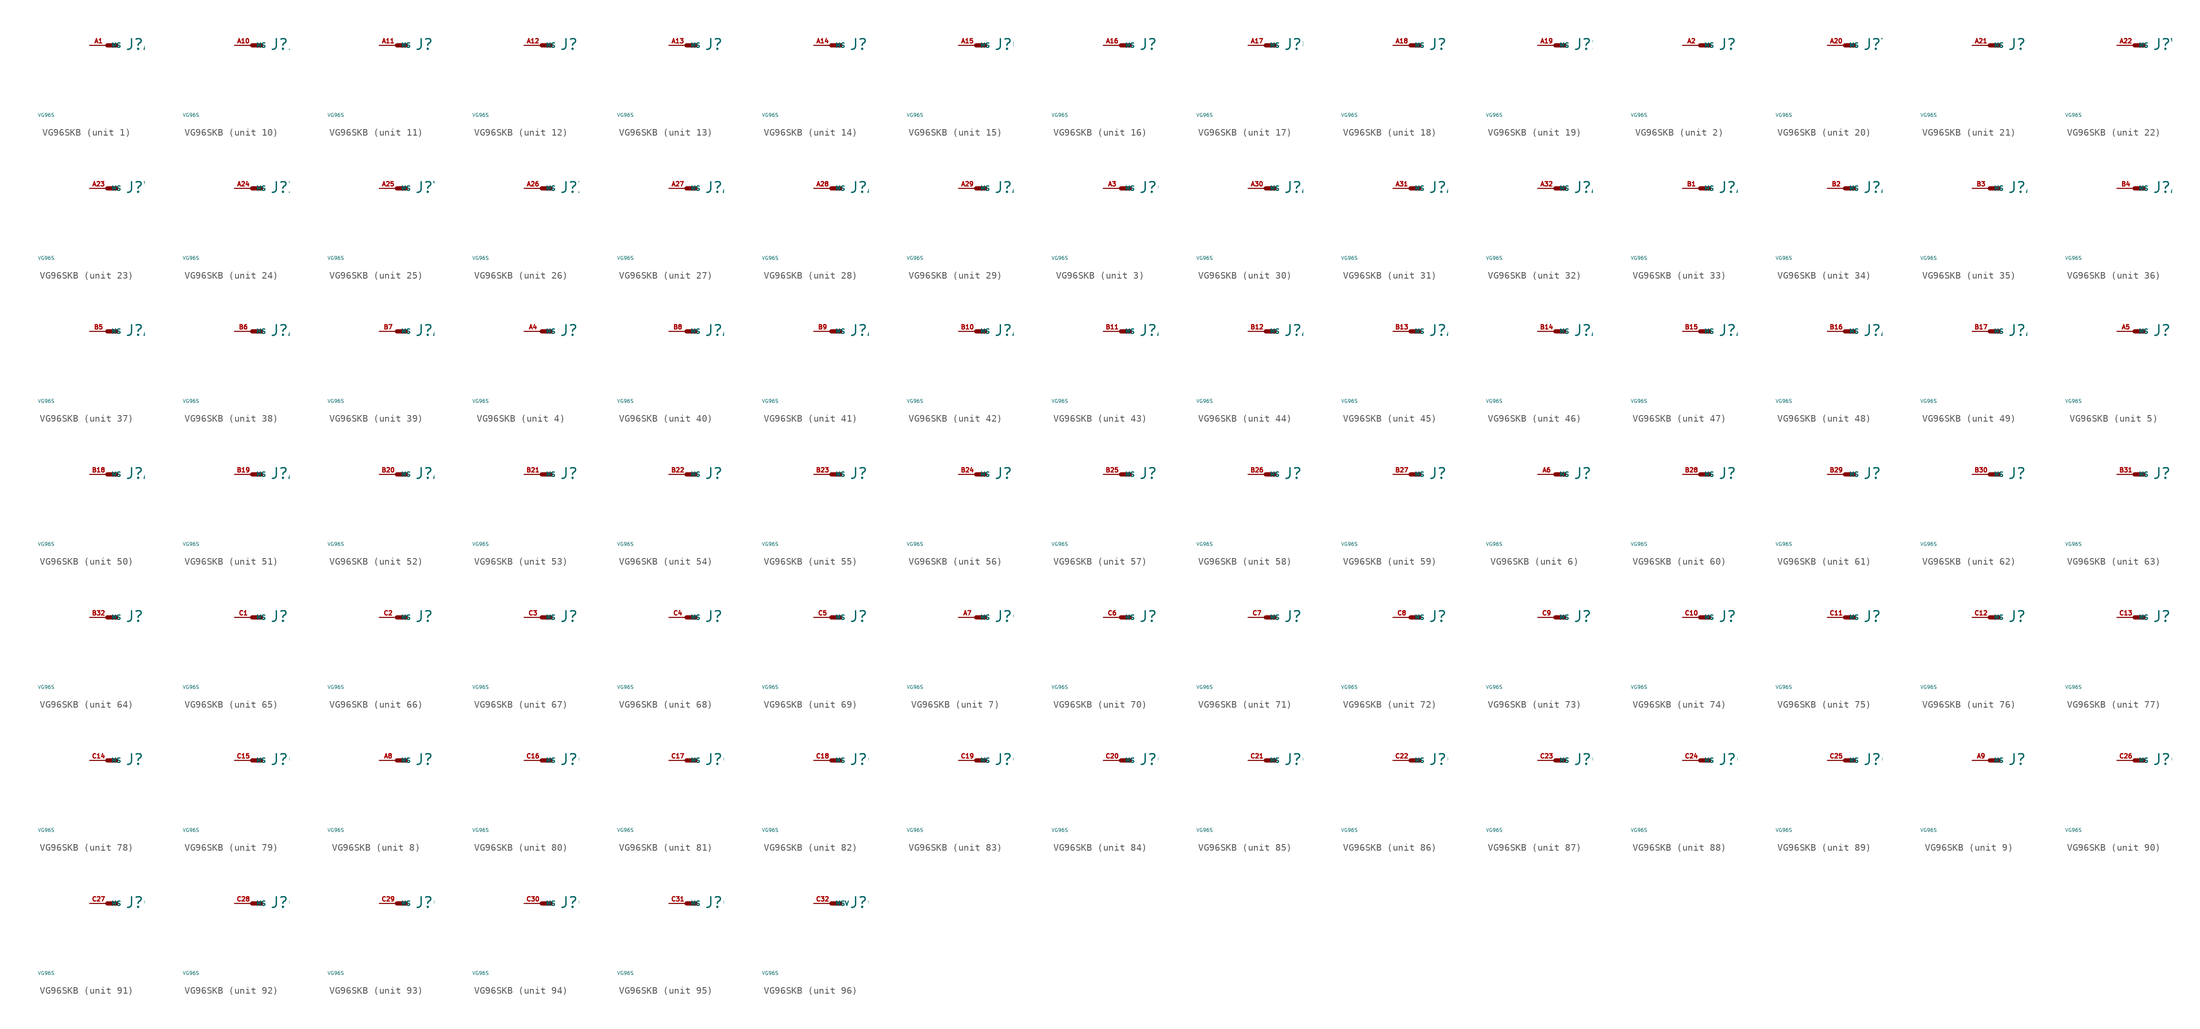
<source format=kicad_sym>
(kicad_symbol_lib
  (version 20220914)
  (generator Eagle2Kicad)
  (symbol "VG96SKB"
    (property "Reference" "J"
      (at 2.54 -0.762 0)
      (effects (font (size 1.524 1.524) (thickness 0.19)) (justify left bottom)))
    (property "Value" "VG96S"
      (at -10 -10 0)
      (effects (font (size 0.5 0.5) (thickness 0.06)) (justify left)))
    (symbol "VG96SKB_1_0"
      (polyline (pts (xy 0 0) (xy 1.27 0)) (stroke (width 0.61) (type default)) (fill (type none)))
      (pin passive line (at -2.54 0 0) (length 2.54) (name "MS" (effects (font (size 0.635 0.635) (thickness 0.08)) (justify left bottom))) (number "A1" (effects (font (size 0.635 0.635) (thickness 0.08)) (justify left bottom)))))
    (symbol "VG96SKB_2_0"
      (polyline (pts (xy 0 0) (xy 1.27 0)) (stroke (width 0.61) (type default)) (fill (type none)))
      (pin passive line (at -2.54 0 0) (length 2.54) (name "MS" (effects (font (size 0.635 0.635) (thickness 0.08)) (justify left bottom))) (number "A2" (effects (font (size 0.635 0.635) (thickness 0.08)) (justify left bottom)))))
    (symbol "VG96SKB_3_0"
      (polyline (pts (xy 0 0) (xy 1.27 0)) (stroke (width 0.61) (type default)) (fill (type none)))
      (pin passive line (at -2.54 0 0) (length 2.54) (name "MS" (effects (font (size 0.635 0.635) (thickness 0.08)) (justify left bottom))) (number "A3" (effects (font (size 0.635 0.635) (thickness 0.08)) (justify left bottom)))))
    (symbol "VG96SKB_4_0"
      (polyline (pts (xy 0 0) (xy 1.27 0)) (stroke (width 0.61) (type default)) (fill (type none)))
      (pin passive line (at -2.54 0 0) (length 2.54) (name "MS" (effects (font (size 0.635 0.635) (thickness 0.08)) (justify left bottom))) (number "A4" (effects (font (size 0.635 0.635) (thickness 0.08)) (justify left bottom)))))
    (symbol "VG96SKB_5_0"
      (polyline (pts (xy 0 0) (xy 1.27 0)) (stroke (width 0.61) (type default)) (fill (type none)))
      (pin passive line (at -2.54 0 0) (length 2.54) (name "MS" (effects (font (size 0.635 0.635) (thickness 0.08)) (justify left bottom))) (number "A5" (effects (font (size 0.635 0.635) (thickness 0.08)) (justify left bottom)))))
    (symbol "VG96SKB_6_0"
      (polyline (pts (xy 0 0) (xy 1.27 0)) (stroke (width 0.61) (type default)) (fill (type none)))
      (pin passive line (at -2.54 0 0) (length 2.54) (name "MS" (effects (font (size 0.635 0.635) (thickness 0.08)) (justify left bottom))) (number "A6" (effects (font (size 0.635 0.635) (thickness 0.08)) (justify left bottom)))))
    (symbol "VG96SKB_7_0"
      (polyline (pts (xy 0 0) (xy 1.27 0)) (stroke (width 0.61) (type default)) (fill (type none)))
      (pin passive line (at -2.54 0 0) (length 2.54) (name "MS" (effects (font (size 0.635 0.635) (thickness 0.08)) (justify left bottom))) (number "A7" (effects (font (size 0.635 0.635) (thickness 0.08)) (justify left bottom)))))
    (symbol "VG96SKB_8_0"
      (polyline (pts (xy 0 0) (xy 1.27 0)) (stroke (width 0.61) (type default)) (fill (type none)))
      (pin passive line (at -2.54 0 0) (length 2.54) (name "MS" (effects (font (size 0.635 0.635) (thickness 0.08)) (justify left bottom))) (number "A8" (effects (font (size 0.635 0.635) (thickness 0.08)) (justify left bottom)))))
    (symbol "VG96SKB_9_0"
      (polyline (pts (xy 0 0) (xy 1.27 0)) (stroke (width 0.61) (type default)) (fill (type none)))
      (pin passive line (at -2.54 0 0) (length 2.54) (name "MS" (effects (font (size 0.635 0.635) (thickness 0.08)) (justify left bottom))) (number "A9" (effects (font (size 0.635 0.635) (thickness 0.08)) (justify left bottom)))))
    (symbol "VG96SKB_10_0"
      (polyline (pts (xy 0 0) (xy 1.27 0)) (stroke (width 0.61) (type default)) (fill (type none)))
      (pin passive line (at -2.54 0 0) (length 2.54) (name "MS" (effects (font (size 0.635 0.635) (thickness 0.08)) (justify left bottom))) (number "A10" (effects (font (size 0.635 0.635) (thickness 0.08)) (justify left bottom)))))
    (symbol "VG96SKB_11_0"
      (polyline (pts (xy 0 0) (xy 1.27 0)) (stroke (width 0.61) (type default)) (fill (type none)))
      (pin passive line (at -2.54 0 0) (length 2.54) (name "MS" (effects (font (size 0.635 0.635) (thickness 0.08)) (justify left bottom))) (number "A11" (effects (font (size 0.635 0.635) (thickness 0.08)) (justify left bottom)))))
    (symbol "VG96SKB_12_0"
      (polyline (pts (xy 0 0) (xy 1.27 0)) (stroke (width 0.61) (type default)) (fill (type none)))
      (pin passive line (at -2.54 0 0) (length 2.54) (name "MS" (effects (font (size 0.635 0.635) (thickness 0.08)) (justify left bottom))) (number "A12" (effects (font (size 0.635 0.635) (thickness 0.08)) (justify left bottom)))))
    (symbol "VG96SKB_13_0"
      (polyline (pts (xy 0 0) (xy 1.27 0)) (stroke (width 0.61) (type default)) (fill (type none)))
      (pin passive line (at -2.54 0 0) (length 2.54) (name "MS" (effects (font (size 0.635 0.635) (thickness 0.08)) (justify left bottom))) (number "A13" (effects (font (size 0.635 0.635) (thickness 0.08)) (justify left bottom)))))
    (symbol "VG96SKB_14_0"
      (polyline (pts (xy 0 0) (xy 1.27 0)) (stroke (width 0.61) (type default)) (fill (type none)))
      (pin passive line (at -2.54 0 0) (length 2.54) (name "MS" (effects (font (size 0.635 0.635) (thickness 0.08)) (justify left bottom))) (number "A14" (effects (font (size 0.635 0.635) (thickness 0.08)) (justify left bottom)))))
    (symbol "VG96SKB_15_0"
      (polyline (pts (xy 0 0) (xy 1.27 0)) (stroke (width 0.61) (type default)) (fill (type none)))
      (pin passive line (at -2.54 0 0) (length 2.54) (name "MS" (effects (font (size 0.635 0.635) (thickness 0.08)) (justify left bottom))) (number "A15" (effects (font (size 0.635 0.635) (thickness 0.08)) (justify left bottom)))))
    (symbol "VG96SKB_16_0"
      (polyline (pts (xy 0 0) (xy 1.27 0)) (stroke (width 0.61) (type default)) (fill (type none)))
      (pin passive line (at -2.54 0 0) (length 2.54) (name "MS" (effects (font (size 0.635 0.635) (thickness 0.08)) (justify left bottom))) (number "A16" (effects (font (size 0.635 0.635) (thickness 0.08)) (justify left bottom)))))
    (symbol "VG96SKB_17_0"
      (polyline (pts (xy 0 0) (xy 1.27 0)) (stroke (width 0.61) (type default)) (fill (type none)))
      (pin passive line (at -2.54 0 0) (length 2.54) (name "MS" (effects (font (size 0.635 0.635) (thickness 0.08)) (justify left bottom))) (number "A17" (effects (font (size 0.635 0.635) (thickness 0.08)) (justify left bottom)))))
    (symbol "VG96SKB_18_0"
      (polyline (pts (xy 0 0) (xy 1.27 0)) (stroke (width 0.61) (type default)) (fill (type none)))
      (pin passive line (at -2.54 0 0) (length 2.54) (name "MS" (effects (font (size 0.635 0.635) (thickness 0.08)) (justify left bottom))) (number "A18" (effects (font (size 0.635 0.635) (thickness 0.08)) (justify left bottom)))))
    (symbol "VG96SKB_19_0"
      (polyline (pts (xy 0 0) (xy 1.27 0)) (stroke (width 0.61) (type default)) (fill (type none)))
      (pin passive line (at -2.54 0 0) (length 2.54) (name "MS" (effects (font (size 0.635 0.635) (thickness 0.08)) (justify left bottom))) (number "A19" (effects (font (size 0.635 0.635) (thickness 0.08)) (justify left bottom)))))
    (symbol "VG96SKB_20_0"
      (polyline (pts (xy 0 0) (xy 1.27 0)) (stroke (width 0.61) (type default)) (fill (type none)))
      (pin passive line (at -2.54 0 0) (length 2.54) (name "MS" (effects (font (size 0.635 0.635) (thickness 0.08)) (justify left bottom))) (number "A20" (effects (font (size 0.635 0.635) (thickness 0.08)) (justify left bottom)))))
    (symbol "VG96SKB_21_0"
      (polyline (pts (xy 0 0) (xy 1.27 0)) (stroke (width 0.61) (type default)) (fill (type none)))
      (pin passive line (at -2.54 0 0) (length 2.54) (name "MS" (effects (font (size 0.635 0.635) (thickness 0.08)) (justify left bottom))) (number "A21" (effects (font (size 0.635 0.635) (thickness 0.08)) (justify left bottom)))))
    (symbol "VG96SKB_22_0"
      (polyline (pts (xy 0 0) (xy 1.27 0)) (stroke (width 0.61) (type default)) (fill (type none)))
      (pin passive line (at -2.54 0 0) (length 2.54) (name "MS" (effects (font (size 0.635 0.635) (thickness 0.08)) (justify left bottom))) (number "A22" (effects (font (size 0.635 0.635) (thickness 0.08)) (justify left bottom)))))
    (symbol "VG96SKB_23_0"
      (polyline (pts (xy 0 0) (xy 1.27 0)) (stroke (width 0.61) (type default)) (fill (type none)))
      (pin passive line (at -2.54 0 0) (length 2.54) (name "MS" (effects (font (size 0.635 0.635) (thickness 0.08)) (justify left bottom))) (number "A23" (effects (font (size 0.635 0.635) (thickness 0.08)) (justify left bottom)))))
    (symbol "VG96SKB_24_0"
      (polyline (pts (xy 0 0) (xy 1.27 0)) (stroke (width 0.61) (type default)) (fill (type none)))
      (pin passive line (at -2.54 0 0) (length 2.54) (name "MS" (effects (font (size 0.635 0.635) (thickness 0.08)) (justify left bottom))) (number "A24" (effects (font (size 0.635 0.635) (thickness 0.08)) (justify left bottom)))))
    (symbol "VG96SKB_25_0"
      (polyline (pts (xy 0 0) (xy 1.27 0)) (stroke (width 0.61) (type default)) (fill (type none)))
      (pin passive line (at -2.54 0 0) (length 2.54) (name "MS" (effects (font (size 0.635 0.635) (thickness 0.08)) (justify left bottom))) (number "A25" (effects (font (size 0.635 0.635) (thickness 0.08)) (justify left bottom)))))
    (symbol "VG96SKB_26_0"
      (polyline (pts (xy 0 0) (xy 1.27 0)) (stroke (width 0.61) (type default)) (fill (type none)))
      (pin passive line (at -2.54 0 0) (length 2.54) (name "MS" (effects (font (size 0.635 0.635) (thickness 0.08)) (justify left bottom))) (number "A26" (effects (font (size 0.635 0.635) (thickness 0.08)) (justify left bottom)))))
    (symbol "VG96SKB_27_0"
      (polyline (pts (xy 0 0) (xy 1.27 0)) (stroke (width 0.61) (type default)) (fill (type none)))
      (pin passive line (at -2.54 0 0) (length 2.54) (name "MS" (effects (font (size 0.635 0.635) (thickness 0.08)) (justify left bottom))) (number "A27" (effects (font (size 0.635 0.635) (thickness 0.08)) (justify left bottom)))))
    (symbol "VG96SKB_28_0"
      (polyline (pts (xy 0 0) (xy 1.27 0)) (stroke (width 0.61) (type default)) (fill (type none)))
      (pin passive line (at -2.54 0 0) (length 2.54) (name "MS" (effects (font (size 0.635 0.635) (thickness 0.08)) (justify left bottom))) (number "A28" (effects (font (size 0.635 0.635) (thickness 0.08)) (justify left bottom)))))
    (symbol "VG96SKB_29_0"
      (polyline (pts (xy 0 0) (xy 1.27 0)) (stroke (width 0.61) (type default)) (fill (type none)))
      (pin passive line (at -2.54 0 0) (length 2.54) (name "MS" (effects (font (size 0.635 0.635) (thickness 0.08)) (justify left bottom))) (number "A29" (effects (font (size 0.635 0.635) (thickness 0.08)) (justify left bottom)))))
    (symbol "VG96SKB_30_0"
      (polyline (pts (xy 0 0) (xy 1.27 0)) (stroke (width 0.61) (type default)) (fill (type none)))
      (pin passive line (at -2.54 0 0) (length 2.54) (name "MS" (effects (font (size 0.635 0.635) (thickness 0.08)) (justify left bottom))) (number "A30" (effects (font (size 0.635 0.635) (thickness 0.08)) (justify left bottom)))))
    (symbol "VG96SKB_31_0"
      (polyline (pts (xy 0 0) (xy 1.27 0)) (stroke (width 0.61) (type default)) (fill (type none)))
      (pin passive line (at -2.54 0 0) (length 2.54) (name "MS" (effects (font (size 0.635 0.635) (thickness 0.08)) (justify left bottom))) (number "A31" (effects (font (size 0.635 0.635) (thickness 0.08)) (justify left bottom)))))
    (symbol "VG96SKB_32_0"
      (polyline (pts (xy 0 0) (xy 1.27 0)) (stroke (width 0.61) (type default)) (fill (type none)))
      (pin passive line (at -2.54 0 0) (length 2.54) (name "MS" (effects (font (size 0.635 0.635) (thickness 0.08)) (justify left bottom))) (number "A32" (effects (font (size 0.635 0.635) (thickness 0.08)) (justify left bottom)))))
    (symbol "VG96SKB_33_0"
      (polyline (pts (xy 0 0) (xy 1.27 0)) (stroke (width 0.61) (type default)) (fill (type none)))
      (pin passive line (at -2.54 0 0) (length 2.54) (name "MS" (effects (font (size 0.635 0.635) (thickness 0.08)) (justify left bottom))) (number "B1" (effects (font (size 0.635 0.635) (thickness 0.08)) (justify left bottom)))))
    (symbol "VG96SKB_34_0"
      (polyline (pts (xy 0 0) (xy 1.27 0)) (stroke (width 0.61) (type default)) (fill (type none)))
      (pin passive line (at -2.54 0 0) (length 2.54) (name "MS" (effects (font (size 0.635 0.635) (thickness 0.08)) (justify left bottom))) (number "B2" (effects (font (size 0.635 0.635) (thickness 0.08)) (justify left bottom)))))
    (symbol "VG96SKB_35_0"
      (polyline (pts (xy 0 0) (xy 1.27 0)) (stroke (width 0.61) (type default)) (fill (type none)))
      (pin passive line (at -2.54 0 0) (length 2.54) (name "MS" (effects (font (size 0.635 0.635) (thickness 0.08)) (justify left bottom))) (number "B3" (effects (font (size 0.635 0.635) (thickness 0.08)) (justify left bottom)))))
    (symbol "VG96SKB_36_0"
      (polyline (pts (xy 0 0) (xy 1.27 0)) (stroke (width 0.61) (type default)) (fill (type none)))
      (pin passive line (at -2.54 0 0) (length 2.54) (name "MS" (effects (font (size 0.635 0.635) (thickness 0.08)) (justify left bottom))) (number "B4" (effects (font (size 0.635 0.635) (thickness 0.08)) (justify left bottom)))))
    (symbol "VG96SKB_37_0"
      (polyline (pts (xy 0 0) (xy 1.27 0)) (stroke (width 0.61) (type default)) (fill (type none)))
      (pin passive line (at -2.54 0 0) (length 2.54) (name "MS" (effects (font (size 0.635 0.635) (thickness 0.08)) (justify left bottom))) (number "B5" (effects (font (size 0.635 0.635) (thickness 0.08)) (justify left bottom)))))
    (symbol "VG96SKB_38_0"
      (polyline (pts (xy 0 0) (xy 1.27 0)) (stroke (width 0.61) (type default)) (fill (type none)))
      (pin passive line (at -2.54 0 0) (length 2.54) (name "MS" (effects (font (size 0.635 0.635) (thickness 0.08)) (justify left bottom))) (number "B6" (effects (font (size 0.635 0.635) (thickness 0.08)) (justify left bottom)))))
    (symbol "VG96SKB_39_0"
      (polyline (pts (xy 0 0) (xy 1.27 0)) (stroke (width 0.61) (type default)) (fill (type none)))
      (pin passive line (at -2.54 0 0) (length 2.54) (name "MS" (effects (font (size 0.635 0.635) (thickness 0.08)) (justify left bottom))) (number "B7" (effects (font (size 0.635 0.635) (thickness 0.08)) (justify left bottom)))))
    (symbol "VG96SKB_40_0"
      (polyline (pts (xy 0 0) (xy 1.27 0)) (stroke (width 0.61) (type default)) (fill (type none)))
      (pin passive line (at -2.54 0 0) (length 2.54) (name "MS" (effects (font (size 0.635 0.635) (thickness 0.08)) (justify left bottom))) (number "B8" (effects (font (size 0.635 0.635) (thickness 0.08)) (justify left bottom)))))
    (symbol "VG96SKB_41_0"
      (polyline (pts (xy 0 0) (xy 1.27 0)) (stroke (width 0.61) (type default)) (fill (type none)))
      (pin passive line (at -2.54 0 0) (length 2.54) (name "MS" (effects (font (size 0.635 0.635) (thickness 0.08)) (justify left bottom))) (number "B9" (effects (font (size 0.635 0.635) (thickness 0.08)) (justify left bottom)))))
    (symbol "VG96SKB_42_0"
      (polyline (pts (xy 0 0) (xy 1.27 0)) (stroke (width 0.61) (type default)) (fill (type none)))
      (pin passive line (at -2.54 0 0) (length 2.54) (name "MS" (effects (font (size 0.635 0.635) (thickness 0.08)) (justify left bottom))) (number "B10" (effects (font (size 0.635 0.635) (thickness 0.08)) (justify left bottom)))))
    (symbol "VG96SKB_43_0"
      (polyline (pts (xy 0 0) (xy 1.27 0)) (stroke (width 0.61) (type default)) (fill (type none)))
      (pin passive line (at -2.54 0 0) (length 2.54) (name "MS" (effects (font (size 0.635 0.635) (thickness 0.08)) (justify left bottom))) (number "B11" (effects (font (size 0.635 0.635) (thickness 0.08)) (justify left bottom)))))
    (symbol "VG96SKB_44_0"
      (polyline (pts (xy 0 0) (xy 1.27 0)) (stroke (width 0.61) (type default)) (fill (type none)))
      (pin passive line (at -2.54 0 0) (length 2.54) (name "MS" (effects (font (size 0.635 0.635) (thickness 0.08)) (justify left bottom))) (number "B12" (effects (font (size 0.635 0.635) (thickness 0.08)) (justify left bottom)))))
    (symbol "VG96SKB_45_0"
      (polyline (pts (xy 0 0) (xy 1.27 0)) (stroke (width 0.61) (type default)) (fill (type none)))
      (pin passive line (at -2.54 0 0) (length 2.54) (name "MS" (effects (font (size 0.635 0.635) (thickness 0.08)) (justify left bottom))) (number "B13" (effects (font (size 0.635 0.635) (thickness 0.08)) (justify left bottom)))))
    (symbol "VG96SKB_46_0"
      (polyline (pts (xy 0 0) (xy 1.27 0)) (stroke (width 0.61) (type default)) (fill (type none)))
      (pin passive line (at -2.54 0 0) (length 2.54) (name "MS" (effects (font (size 0.635 0.635) (thickness 0.08)) (justify left bottom))) (number "B14" (effects (font (size 0.635 0.635) (thickness 0.08)) (justify left bottom)))))
    (symbol "VG96SKB_47_0"
      (polyline (pts (xy 0 0) (xy 1.27 0)) (stroke (width 0.61) (type default)) (fill (type none)))
      (pin passive line (at -2.54 0 0) (length 2.54) (name "MS" (effects (font (size 0.635 0.635) (thickness 0.08)) (justify left bottom))) (number "B15" (effects (font (size 0.635 0.635) (thickness 0.08)) (justify left bottom)))))
    (symbol "VG96SKB_48_0"
      (polyline (pts (xy 0 0) (xy 1.27 0)) (stroke (width 0.61) (type default)) (fill (type none)))
      (pin passive line (at -2.54 0 0) (length 2.54) (name "MS" (effects (font (size 0.635 0.635) (thickness 0.08)) (justify left bottom))) (number "B16" (effects (font (size 0.635 0.635) (thickness 0.08)) (justify left bottom)))))
    (symbol "VG96SKB_49_0"
      (polyline (pts (xy 0 0) (xy 1.27 0)) (stroke (width 0.61) (type default)) (fill (type none)))
      (pin passive line (at -2.54 0 0) (length 2.54) (name "MS" (effects (font (size 0.635 0.635) (thickness 0.08)) (justify left bottom))) (number "B17" (effects (font (size 0.635 0.635) (thickness 0.08)) (justify left bottom)))))
    (symbol "VG96SKB_50_0"
      (polyline (pts (xy 0 0) (xy 1.27 0)) (stroke (width 0.61) (type default)) (fill (type none)))
      (pin passive line (at -2.54 0 0) (length 2.54) (name "MS" (effects (font (size 0.635 0.635) (thickness 0.08)) (justify left bottom))) (number "B18" (effects (font (size 0.635 0.635) (thickness 0.08)) (justify left bottom)))))
    (symbol "VG96SKB_51_0"
      (polyline (pts (xy 0 0) (xy 1.27 0)) (stroke (width 0.61) (type default)) (fill (type none)))
      (pin passive line (at -2.54 0 0) (length 2.54) (name "MS" (effects (font (size 0.635 0.635) (thickness 0.08)) (justify left bottom))) (number "B19" (effects (font (size 0.635 0.635) (thickness 0.08)) (justify left bottom)))))
    (symbol "VG96SKB_52_0"
      (polyline (pts (xy 0 0) (xy 1.27 0)) (stroke (width 0.61) (type default)) (fill (type none)))
      (pin passive line (at -2.54 0 0) (length 2.54) (name "MS" (effects (font (size 0.635 0.635) (thickness 0.08)) (justify left bottom))) (number "B20" (effects (font (size 0.635 0.635) (thickness 0.08)) (justify left bottom)))))
    (symbol "VG96SKB_53_0"
      (polyline (pts (xy 0 0) (xy 1.27 0)) (stroke (width 0.61) (type default)) (fill (type none)))
      (pin passive line (at -2.54 0 0) (length 2.54) (name "MS" (effects (font (size 0.635 0.635) (thickness 0.08)) (justify left bottom))) (number "B21" (effects (font (size 0.635 0.635) (thickness 0.08)) (justify left bottom)))))
    (symbol "VG96SKB_54_0"
      (polyline (pts (xy 0 0) (xy 1.27 0)) (stroke (width 0.61) (type default)) (fill (type none)))
      (pin passive line (at -2.54 0 0) (length 2.54) (name "MS" (effects (font (size 0.635 0.635) (thickness 0.08)) (justify left bottom))) (number "B22" (effects (font (size 0.635 0.635) (thickness 0.08)) (justify left bottom)))))
    (symbol "VG96SKB_55_0"
      (polyline (pts (xy 0 0) (xy 1.27 0)) (stroke (width 0.61) (type default)) (fill (type none)))
      (pin passive line (at -2.54 0 0) (length 2.54) (name "MS" (effects (font (size 0.635 0.635) (thickness 0.08)) (justify left bottom))) (number "B23" (effects (font (size 0.635 0.635) (thickness 0.08)) (justify left bottom)))))
    (symbol "VG96SKB_56_0"
      (polyline (pts (xy 0 0) (xy 1.27 0)) (stroke (width 0.61) (type default)) (fill (type none)))
      (pin passive line (at -2.54 0 0) (length 2.54) (name "MS" (effects (font (size 0.635 0.635) (thickness 0.08)) (justify left bottom))) (number "B24" (effects (font (size 0.635 0.635) (thickness 0.08)) (justify left bottom)))))
    (symbol "VG96SKB_57_0"
      (polyline (pts (xy 0 0) (xy 1.27 0)) (stroke (width 0.61) (type default)) (fill (type none)))
      (pin passive line (at -2.54 0 0) (length 2.54) (name "MS" (effects (font (size 0.635 0.635) (thickness 0.08)) (justify left bottom))) (number "B25" (effects (font (size 0.635 0.635) (thickness 0.08)) (justify left bottom)))))
    (symbol "VG96SKB_58_0"
      (polyline (pts (xy 0 0) (xy 1.27 0)) (stroke (width 0.61) (type default)) (fill (type none)))
      (pin passive line (at -2.54 0 0) (length 2.54) (name "MS" (effects (font (size 0.635 0.635) (thickness 0.08)) (justify left bottom))) (number "B26" (effects (font (size 0.635 0.635) (thickness 0.08)) (justify left bottom)))))
    (symbol "VG96SKB_59_0"
      (polyline (pts (xy 0 0) (xy 1.27 0)) (stroke (width 0.61) (type default)) (fill (type none)))
      (pin passive line (at -2.54 0 0) (length 2.54) (name "MS" (effects (font (size 0.635 0.635) (thickness 0.08)) (justify left bottom))) (number "B27" (effects (font (size 0.635 0.635) (thickness 0.08)) (justify left bottom)))))
    (symbol "VG96SKB_60_0"
      (polyline (pts (xy 0 0) (xy 1.27 0)) (stroke (width 0.61) (type default)) (fill (type none)))
      (pin passive line (at -2.54 0 0) (length 2.54) (name "MS" (effects (font (size 0.635 0.635) (thickness 0.08)) (justify left bottom))) (number "B28" (effects (font (size 0.635 0.635) (thickness 0.08)) (justify left bottom)))))
    (symbol "VG96SKB_61_0"
      (polyline (pts (xy 0 0) (xy 1.27 0)) (stroke (width 0.61) (type default)) (fill (type none)))
      (pin passive line (at -2.54 0 0) (length 2.54) (name "MS" (effects (font (size 0.635 0.635) (thickness 0.08)) (justify left bottom))) (number "B29" (effects (font (size 0.635 0.635) (thickness 0.08)) (justify left bottom)))))
    (symbol "VG96SKB_62_0"
      (polyline (pts (xy 0 0) (xy 1.27 0)) (stroke (width 0.61) (type default)) (fill (type none)))
      (pin passive line (at -2.54 0 0) (length 2.54) (name "MS" (effects (font (size 0.635 0.635) (thickness 0.08)) (justify left bottom))) (number "B30" (effects (font (size 0.635 0.635) (thickness 0.08)) (justify left bottom)))))
    (symbol "VG96SKB_63_0"
      (polyline (pts (xy 0 0) (xy 1.27 0)) (stroke (width 0.61) (type default)) (fill (type none)))
      (pin passive line (at -2.54 0 0) (length 2.54) (name "MS" (effects (font (size 0.635 0.635) (thickness 0.08)) (justify left bottom))) (number "B31" (effects (font (size 0.635 0.635) (thickness 0.08)) (justify left bottom)))))
    (symbol "VG96SKB_64_0"
      (polyline (pts (xy 0 0) (xy 1.27 0)) (stroke (width 0.61) (type default)) (fill (type none)))
      (pin passive line (at -2.54 0 0) (length 2.54) (name "MS" (effects (font (size 0.635 0.635) (thickness 0.08)) (justify left bottom))) (number "B32" (effects (font (size 0.635 0.635) (thickness 0.08)) (justify left bottom)))))
    (symbol "VG96SKB_65_0"
      (polyline (pts (xy 0 0) (xy 1.27 0)) (stroke (width 0.61) (type default)) (fill (type none)))
      (pin passive line (at -2.54 0 0) (length 2.54) (name "MS" (effects (font (size 0.635 0.635) (thickness 0.08)) (justify left bottom))) (number "C1" (effects (font (size 0.635 0.635) (thickness 0.08)) (justify left bottom)))))
    (symbol "VG96SKB_66_0"
      (polyline (pts (xy 0 0) (xy 1.27 0)) (stroke (width 0.61) (type default)) (fill (type none)))
      (pin passive line (at -2.54 0 0) (length 2.54) (name "MS" (effects (font (size 0.635 0.635) (thickness 0.08)) (justify left bottom))) (number "C2" (effects (font (size 0.635 0.635) (thickness 0.08)) (justify left bottom)))))
    (symbol "VG96SKB_67_0"
      (polyline (pts (xy 0 0) (xy 1.27 0)) (stroke (width 0.61) (type default)) (fill (type none)))
      (pin passive line (at -2.54 0 0) (length 2.54) (name "MS" (effects (font (size 0.635 0.635) (thickness 0.08)) (justify left bottom))) (number "C3" (effects (font (size 0.635 0.635) (thickness 0.08)) (justify left bottom)))))
    (symbol "VG96SKB_68_0"
      (polyline (pts (xy 0 0) (xy 1.27 0)) (stroke (width 0.61) (type default)) (fill (type none)))
      (pin passive line (at -2.54 0 0) (length 2.54) (name "MS" (effects (font (size 0.635 0.635) (thickness 0.08)) (justify left bottom))) (number "C4" (effects (font (size 0.635 0.635) (thickness 0.08)) (justify left bottom)))))
    (symbol "VG96SKB_69_0"
      (polyline (pts (xy 0 0) (xy 1.27 0)) (stroke (width 0.61) (type default)) (fill (type none)))
      (pin passive line (at -2.54 0 0) (length 2.54) (name "MS" (effects (font (size 0.635 0.635) (thickness 0.08)) (justify left bottom))) (number "C5" (effects (font (size 0.635 0.635) (thickness 0.08)) (justify left bottom)))))
    (symbol "VG96SKB_70_0"
      (polyline (pts (xy 0 0) (xy 1.27 0)) (stroke (width 0.61) (type default)) (fill (type none)))
      (pin passive line (at -2.54 0 0) (length 2.54) (name "MS" (effects (font (size 0.635 0.635) (thickness 0.08)) (justify left bottom))) (number "C6" (effects (font (size 0.635 0.635) (thickness 0.08)) (justify left bottom)))))
    (symbol "VG96SKB_71_0"
      (polyline (pts (xy 0 0) (xy 1.27 0)) (stroke (width 0.61) (type default)) (fill (type none)))
      (pin passive line (at -2.54 0 0) (length 2.54) (name "MS" (effects (font (size 0.635 0.635) (thickness 0.08)) (justify left bottom))) (number "C7" (effects (font (size 0.635 0.635) (thickness 0.08)) (justify left bottom)))))
    (symbol "VG96SKB_72_0"
      (polyline (pts (xy 0 0) (xy 1.27 0)) (stroke (width 0.61) (type default)) (fill (type none)))
      (pin passive line (at -2.54 0 0) (length 2.54) (name "MS" (effects (font (size 0.635 0.635) (thickness 0.08)) (justify left bottom))) (number "C8" (effects (font (size 0.635 0.635) (thickness 0.08)) (justify left bottom)))))
    (symbol "VG96SKB_73_0"
      (polyline (pts (xy 0 0) (xy 1.27 0)) (stroke (width 0.61) (type default)) (fill (type none)))
      (pin passive line (at -2.54 0 0) (length 2.54) (name "MS" (effects (font (size 0.635 0.635) (thickness 0.08)) (justify left bottom))) (number "C9" (effects (font (size 0.635 0.635) (thickness 0.08)) (justify left bottom)))))
    (symbol "VG96SKB_74_0"
      (polyline (pts (xy 0 0) (xy 1.27 0)) (stroke (width 0.61) (type default)) (fill (type none)))
      (pin passive line (at -2.54 0 0) (length 2.54) (name "MS" (effects (font (size 0.635 0.635) (thickness 0.08)) (justify left bottom))) (number "C10" (effects (font (size 0.635 0.635) (thickness 0.08)) (justify left bottom)))))
    (symbol "VG96SKB_75_0"
      (polyline (pts (xy 0 0) (xy 1.27 0)) (stroke (width 0.61) (type default)) (fill (type none)))
      (pin passive line (at -2.54 0 0) (length 2.54) (name "MS" (effects (font (size 0.635 0.635) (thickness 0.08)) (justify left bottom))) (number "C11" (effects (font (size 0.635 0.635) (thickness 0.08)) (justify left bottom)))))
    (symbol "VG96SKB_76_0"
      (polyline (pts (xy 0 0) (xy 1.27 0)) (stroke (width 0.61) (type default)) (fill (type none)))
      (pin passive line (at -2.54 0 0) (length 2.54) (name "MS" (effects (font (size 0.635 0.635) (thickness 0.08)) (justify left bottom))) (number "C12" (effects (font (size 0.635 0.635) (thickness 0.08)) (justify left bottom)))))
    (symbol "VG96SKB_77_0"
      (polyline (pts (xy 0 0) (xy 1.27 0)) (stroke (width 0.61) (type default)) (fill (type none)))
      (pin passive line (at -2.54 0 0) (length 2.54) (name "MS" (effects (font (size 0.635 0.635) (thickness 0.08)) (justify left bottom))) (number "C13" (effects (font (size 0.635 0.635) (thickness 0.08)) (justify left bottom)))))
    (symbol "VG96SKB_78_0"
      (polyline (pts (xy 0 0) (xy 1.27 0)) (stroke (width 0.61) (type default)) (fill (type none)))
      (pin passive line (at -2.54 0 0) (length 2.54) (name "MS" (effects (font (size 0.635 0.635) (thickness 0.08)) (justify left bottom))) (number "C14" (effects (font (size 0.635 0.635) (thickness 0.08)) (justify left bottom)))))
    (symbol "VG96SKB_79_0"
      (polyline (pts (xy 0 0) (xy 1.27 0)) (stroke (width 0.61) (type default)) (fill (type none)))
      (pin passive line (at -2.54 0 0) (length 2.54) (name "MS" (effects (font (size 0.635 0.635) (thickness 0.08)) (justify left bottom))) (number "C15" (effects (font (size 0.635 0.635) (thickness 0.08)) (justify left bottom)))))
    (symbol "VG96SKB_80_0"
      (polyline (pts (xy 0 0) (xy 1.27 0)) (stroke (width 0.61) (type default)) (fill (type none)))
      (pin passive line (at -2.54 0 0) (length 2.54) (name "MS" (effects (font (size 0.635 0.635) (thickness 0.08)) (justify left bottom))) (number "C16" (effects (font (size 0.635 0.635) (thickness 0.08)) (justify left bottom)))))
    (symbol "VG96SKB_81_0"
      (polyline (pts (xy 0 0) (xy 1.27 0)) (stroke (width 0.61) (type default)) (fill (type none)))
      (pin passive line (at -2.54 0 0) (length 2.54) (name "MS" (effects (font (size 0.635 0.635) (thickness 0.08)) (justify left bottom))) (number "C17" (effects (font (size 0.635 0.635) (thickness 0.08)) (justify left bottom)))))
    (symbol "VG96SKB_82_0"
      (polyline (pts (xy 0 0) (xy 1.27 0)) (stroke (width 0.61) (type default)) (fill (type none)))
      (pin passive line (at -2.54 0 0) (length 2.54) (name "MS" (effects (font (size 0.635 0.635) (thickness 0.08)) (justify left bottom))) (number "C18" (effects (font (size 0.635 0.635) (thickness 0.08)) (justify left bottom)))))
    (symbol "VG96SKB_83_0"
      (polyline (pts (xy 0 0) (xy 1.27 0)) (stroke (width 0.61) (type default)) (fill (type none)))
      (pin passive line (at -2.54 0 0) (length 2.54) (name "MS" (effects (font (size 0.635 0.635) (thickness 0.08)) (justify left bottom))) (number "C19" (effects (font (size 0.635 0.635) (thickness 0.08)) (justify left bottom)))))
    (symbol "VG96SKB_84_0"
      (polyline (pts (xy 0 0) (xy 1.27 0)) (stroke (width 0.61) (type default)) (fill (type none)))
      (pin passive line (at -2.54 0 0) (length 2.54) (name "MS" (effects (font (size 0.635 0.635) (thickness 0.08)) (justify left bottom))) (number "C20" (effects (font (size 0.635 0.635) (thickness 0.08)) (justify left bottom)))))
    (symbol "VG96SKB_85_0"
      (polyline (pts (xy 0 0) (xy 1.27 0)) (stroke (width 0.61) (type default)) (fill (type none)))
      (pin passive line (at -2.54 0 0) (length 2.54) (name "MS" (effects (font (size 0.635 0.635) (thickness 0.08)) (justify left bottom))) (number "C21" (effects (font (size 0.635 0.635) (thickness 0.08)) (justify left bottom)))))
    (symbol "VG96SKB_86_0"
      (polyline (pts (xy 0 0) (xy 1.27 0)) (stroke (width 0.61) (type default)) (fill (type none)))
      (pin passive line (at -2.54 0 0) (length 2.54) (name "MS" (effects (font (size 0.635 0.635) (thickness 0.08)) (justify left bottom))) (number "C22" (effects (font (size 0.635 0.635) (thickness 0.08)) (justify left bottom)))))
    (symbol "VG96SKB_87_0"
      (polyline (pts (xy 0 0) (xy 1.27 0)) (stroke (width 0.61) (type default)) (fill (type none)))
      (pin passive line (at -2.54 0 0) (length 2.54) (name "MS" (effects (font (size 0.635 0.635) (thickness 0.08)) (justify left bottom))) (number "C23" (effects (font (size 0.635 0.635) (thickness 0.08)) (justify left bottom)))))
    (symbol "VG96SKB_88_0"
      (polyline (pts (xy 0 0) (xy 1.27 0)) (stroke (width 0.61) (type default)) (fill (type none)))
      (pin passive line (at -2.54 0 0) (length 2.54) (name "MS" (effects (font (size 0.635 0.635) (thickness 0.08)) (justify left bottom))) (number "C24" (effects (font (size 0.635 0.635) (thickness 0.08)) (justify left bottom)))))
    (symbol "VG96SKB_89_0"
      (polyline (pts (xy 0 0) (xy 1.27 0)) (stroke (width 0.61) (type default)) (fill (type none)))
      (pin passive line (at -2.54 0 0) (length 2.54) (name "MS" (effects (font (size 0.635 0.635) (thickness 0.08)) (justify left bottom))) (number "C25" (effects (font (size 0.635 0.635) (thickness 0.08)) (justify left bottom)))))
    (symbol "VG96SKB_90_0"
      (polyline (pts (xy 0 0) (xy 1.27 0)) (stroke (width 0.61) (type default)) (fill (type none)))
      (pin passive line (at -2.54 0 0) (length 2.54) (name "MS" (effects (font (size 0.635 0.635) (thickness 0.08)) (justify left bottom))) (number "C26" (effects (font (size 0.635 0.635) (thickness 0.08)) (justify left bottom)))))
    (symbol "VG96SKB_91_0"
      (polyline (pts (xy 0 0) (xy 1.27 0)) (stroke (width 0.61) (type default)) (fill (type none)))
      (pin passive line (at -2.54 0 0) (length 2.54) (name "MS" (effects (font (size 0.635 0.635) (thickness 0.08)) (justify left bottom))) (number "C27" (effects (font (size 0.635 0.635) (thickness 0.08)) (justify left bottom)))))
    (symbol "VG96SKB_92_0"
      (polyline (pts (xy 0 0) (xy 1.27 0)) (stroke (width 0.61) (type default)) (fill (type none)))
      (pin passive line (at -2.54 0 0) (length 2.54) (name "MS" (effects (font (size 0.635 0.635) (thickness 0.08)) (justify left bottom))) (number "C28" (effects (font (size 0.635 0.635) (thickness 0.08)) (justify left bottom)))))
    (symbol "VG96SKB_93_0"
      (polyline (pts (xy 0 0) (xy 1.27 0)) (stroke (width 0.61) (type default)) (fill (type none)))
      (pin passive line (at -2.54 0 0) (length 2.54) (name "MS" (effects (font (size 0.635 0.635) (thickness 0.08)) (justify left bottom))) (number "C29" (effects (font (size 0.635 0.635) (thickness 0.08)) (justify left bottom)))))
    (symbol "VG96SKB_94_0"
      (polyline (pts (xy 0 0) (xy 1.27 0)) (stroke (width 0.61) (type default)) (fill (type none)))
      (pin passive line (at -2.54 0 0) (length 2.54) (name "MS" (effects (font (size 0.635 0.635) (thickness 0.08)) (justify left bottom))) (number "C30" (effects (font (size 0.635 0.635) (thickness 0.08)) (justify left bottom)))))
    (symbol "VG96SKB_95_0"
      (polyline (pts (xy 0 0) (xy 1.27 0)) (stroke (width 0.61) (type default)) (fill (type none)))
      (pin passive line (at -2.54 0 0) (length 2.54) (name "MS" (effects (font (size 0.635 0.635) (thickness 0.08)) (justify left bottom))) (number "C31" (effects (font (size 0.635 0.635) (thickness 0.08)) (justify left bottom)))))
    (symbol "VG96SKB_96_0"
      (polyline (pts (xy 0 0) (xy 1.27 0)) (stroke (width 0.61) (type default)) (fill (type none)))
      (pin passive line (at -2.54 0 0) (length 2.54) (name "MSV" (effects (font (size 0.635 0.635) (thickness 0.08)) (justify left bottom))) (number "C32" (effects (font (size 0.635 0.635) (thickness 0.08)) (justify left bottom)))))))
</source>
